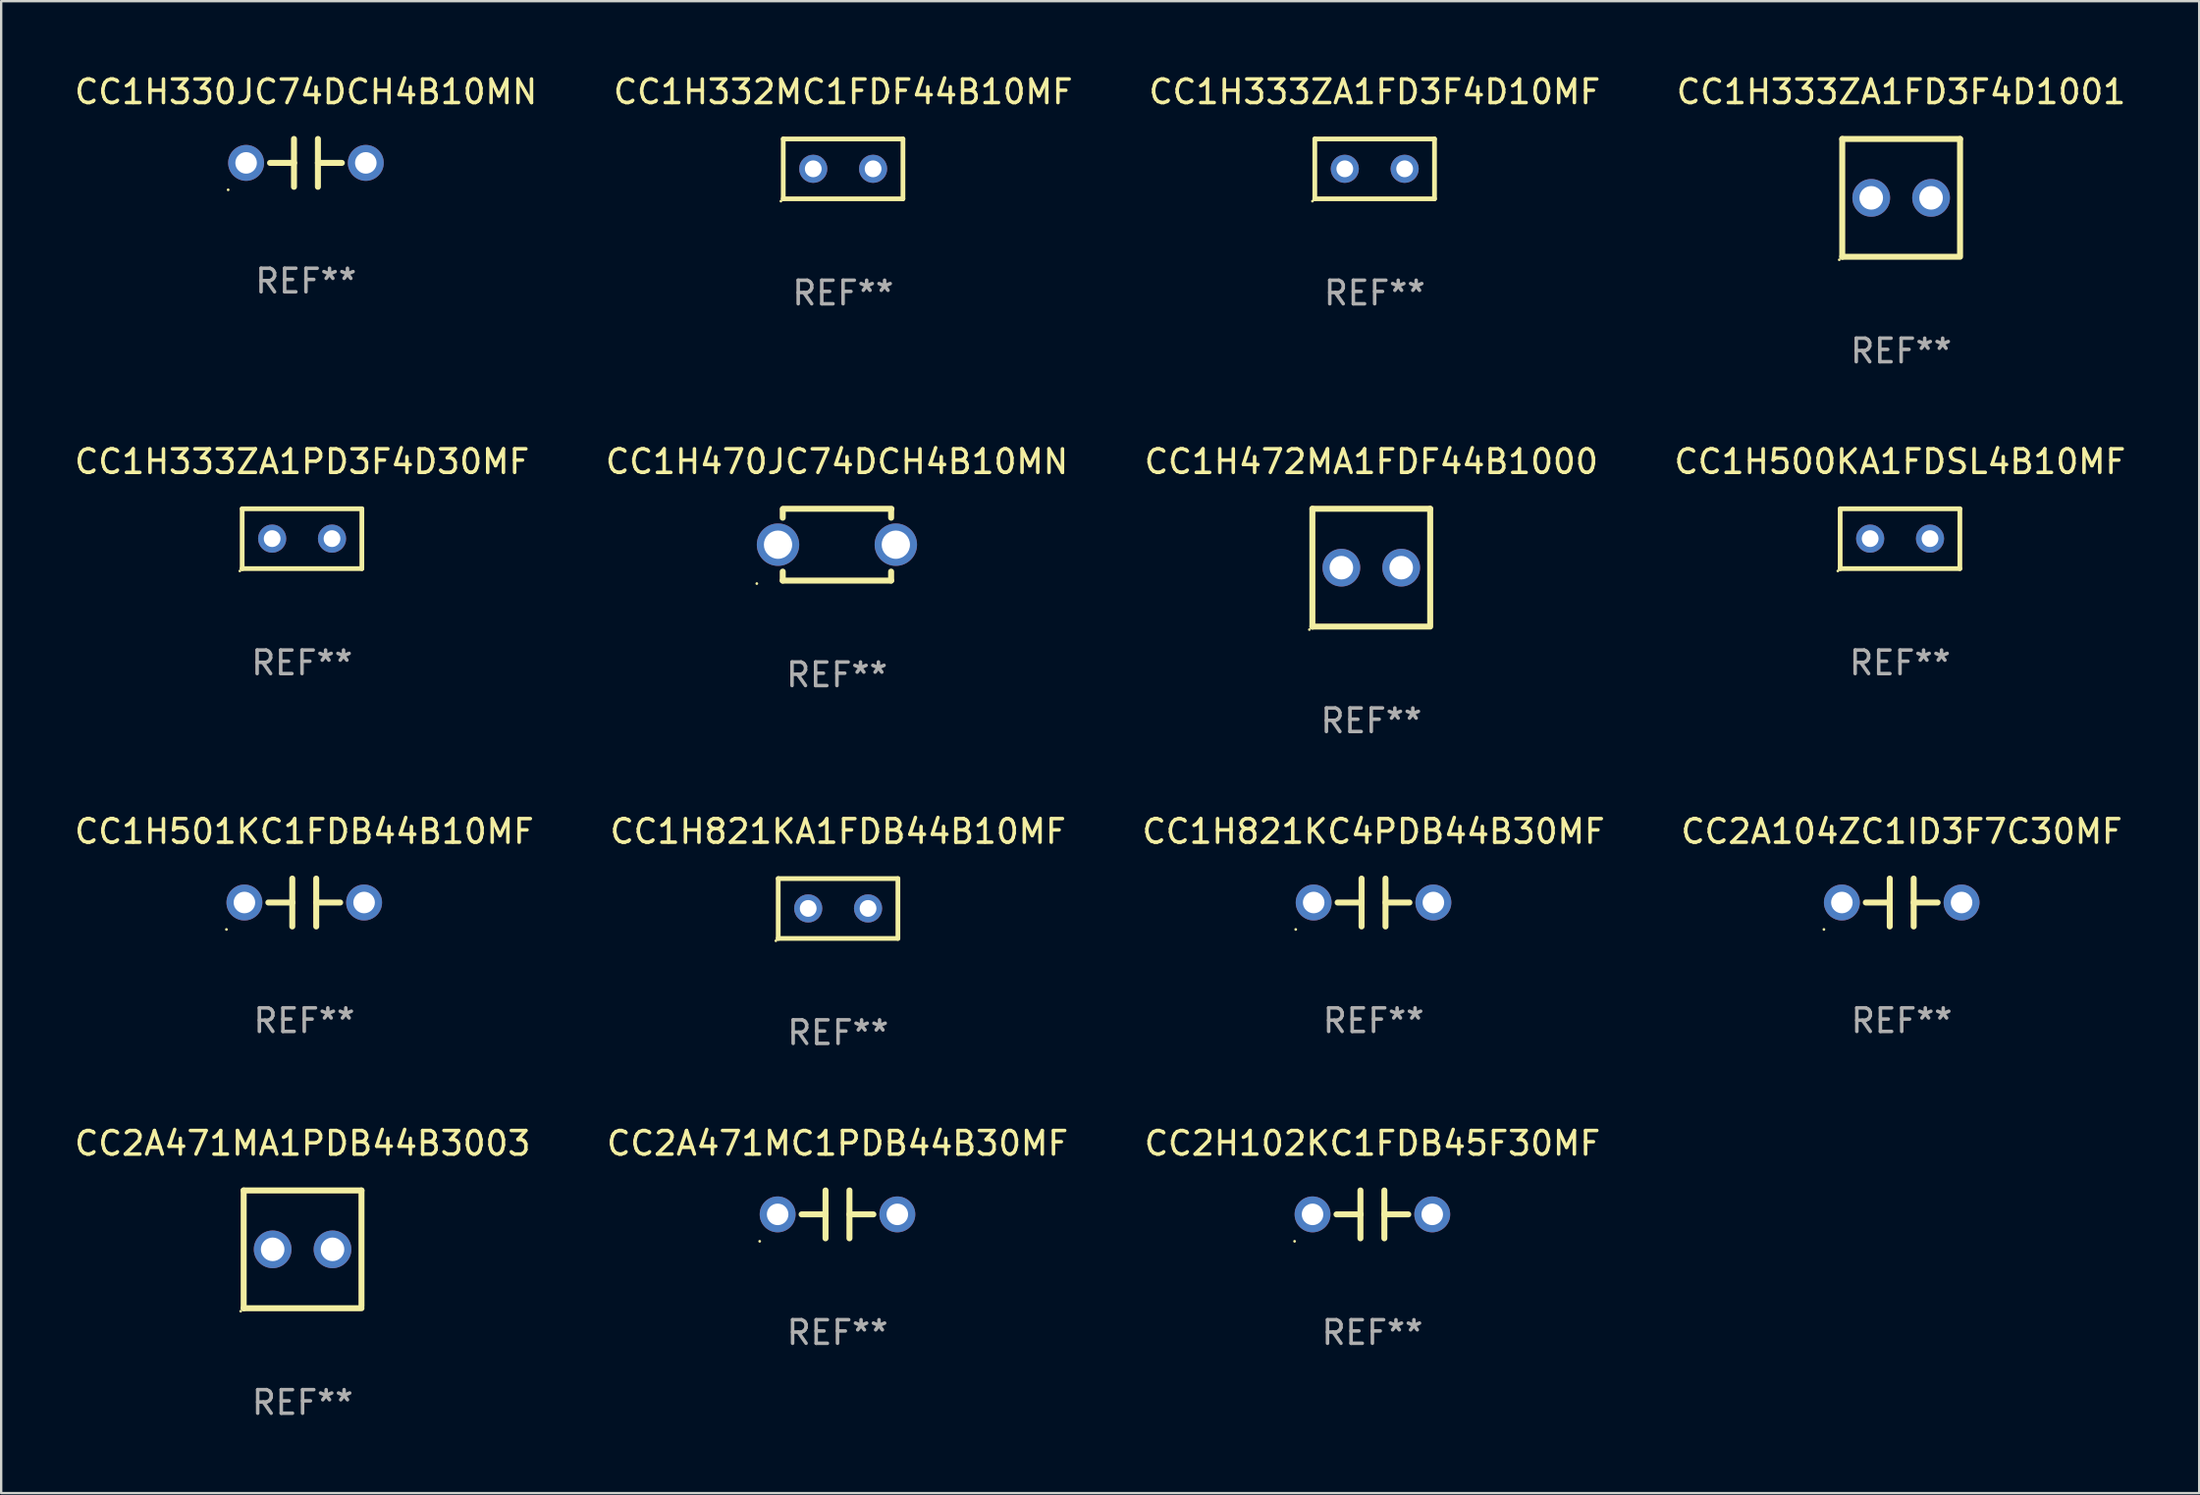
<source format=kicad_pcb>
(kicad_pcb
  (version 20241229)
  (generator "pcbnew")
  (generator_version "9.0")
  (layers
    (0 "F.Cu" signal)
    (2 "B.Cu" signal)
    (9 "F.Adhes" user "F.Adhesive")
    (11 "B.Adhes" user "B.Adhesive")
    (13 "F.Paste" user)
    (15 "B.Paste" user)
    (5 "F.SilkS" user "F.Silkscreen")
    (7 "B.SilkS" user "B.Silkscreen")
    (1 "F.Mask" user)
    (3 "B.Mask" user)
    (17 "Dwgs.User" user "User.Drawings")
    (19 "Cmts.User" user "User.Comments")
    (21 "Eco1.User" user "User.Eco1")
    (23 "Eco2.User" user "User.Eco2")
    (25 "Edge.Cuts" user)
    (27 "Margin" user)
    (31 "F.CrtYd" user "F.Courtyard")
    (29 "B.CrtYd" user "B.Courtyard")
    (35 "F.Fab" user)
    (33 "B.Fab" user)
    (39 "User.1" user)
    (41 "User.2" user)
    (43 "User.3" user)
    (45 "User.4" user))
  (footprint "CC1H821KC4PDB44B30MF"
    (layer "F.Cu")
    (at 55.244 35.257)
    (property "Reference" "CC1H821KC4PDB44B30MF" (at 0 -3.016 0) (layer "F.SilkS") (effects (font (size 1 1) (thickness 0.15))))
    (attr through_hole)
    (fp_line (start -1.524 0) (end -0.508 0) (stroke (width 0.254) (type solid)) (layer "F.SilkS"))
    (fp_line (start -0.508 0) (end -0.508 -1.016) (stroke (width 0.254) (type solid)) (layer "F.SilkS"))
    (fp_line (start -0.508 0) (end -0.508 1.016) (stroke (width 0.254) (type solid)) (layer "F.SilkS"))
    (fp_line (start 0.508 -1.016) (end 0.508 1.016) (stroke (width 0.254) (type solid)) (layer "F.SilkS"))
    (fp_line (start 1.524 0) (end 0.508 0) (stroke (width 0.254) (type solid)) (layer "F.SilkS"))
    (fp_circle (center -3.302 1.143) (end -3.272 1.143) (stroke (width 0.06) (type solid)) (fill no) (layer "F.SilkS"))
    (fp_text user "REF**" (at 0 5.016 0) (layer "F.Fab") (effects (font (size 1 1) (thickness 0.15))))
    (pad "1" thru_hole circle (at -2.54 0) (size 1.524 1.524) (drill 0.914) (layers "*.Cu" "*.Mask"))
    (pad "2" thru_hole circle (at 2.54 0) (size 1.524 1.524) (drill 0.914) (layers "*.Cu" "*.Mask")))
  (footprint "CC2A104ZC1ID3F7C30MF"
    (layer "F.Cu")
    (at 77.661 35.257)
    (property "Reference" "CC2A104ZC1ID3F7C30MF" (at 0 -3.016 0) (layer "F.SilkS") (effects (font (size 1 1) (thickness 0.15))))
    (attr through_hole)
    (fp_line (start -1.524 0) (end -0.508 0) (stroke (width 0.254) (type solid)) (layer "F.SilkS"))
    (fp_line (start -0.508 0) (end -0.508 -1.016) (stroke (width 0.254) (type solid)) (layer "F.SilkS"))
    (fp_line (start -0.508 0) (end -0.508 1.016) (stroke (width 0.254) (type solid)) (layer "F.SilkS"))
    (fp_line (start 0.508 -1.016) (end 0.508 1.016) (stroke (width 0.254) (type solid)) (layer "F.SilkS"))
    (fp_line (start 1.524 0) (end 0.508 0) (stroke (width 0.254) (type solid)) (layer "F.SilkS"))
    (fp_circle (center -3.302 1.143) (end -3.272 1.143) (stroke (width 0.06) (type solid)) (fill no) (layer "F.SilkS"))
    (fp_text user "REF**" (at 0 5.016 0) (layer "F.Fab") (effects (font (size 1 1) (thickness 0.15))))
    (pad "1" thru_hole circle (at -2.54 0) (size 1.524 1.524) (drill 0.914) (layers "*.Cu" "*.Mask"))
    (pad "2" thru_hole circle (at 2.54 0) (size 1.524 1.524) (drill 0.914) (layers "*.Cu" "*.Mask")))
  (footprint "CC1H333ZA1FD3F4D1001"
    (layer "F.Cu")
    (at 77.637 5.348)
    (property "Reference" "CC1H333ZA1FD3F4D1001" (at 0 -4.5 0) (layer "F.SilkS") (effects (font (size 1 1) (thickness 0.15))))
    (attr through_hole)
    (fp_line (start -2.5 -2.5) (end -2.5 2.5) (stroke (width 0.254) (type solid)) (layer "F.SilkS"))
    (fp_line (start -2.5 -2.5) (end 2.5 -2.5) (stroke (width 0.254) (type solid)) (layer "F.SilkS"))
    (fp_line (start -2.5 2.5) (end 2.5 2.5) (stroke (width 0.254) (type solid)) (layer "F.SilkS"))
    (fp_line (start 2.5 -2.5) (end 2.5 2.413) (stroke (width 0.254) (type solid)) (layer "F.SilkS"))
    (fp_circle (center -2.627 2.627) (end -2.597 2.627) (stroke (width 0.06) (type solid)) (fill no) (layer "F.SilkS"))
    (fp_text user "REF**" (at 0 6.5 0) (layer "F.Fab") (effects (font (size 1 1) (thickness 0.15))))
    (pad "1" thru_hole circle (at -1.27 0) (size 1.6 1.6) (drill 1) (layers "*.Cu" "*.Mask"))
    (pad "2" thru_hole circle (at 1.27 0) (size 1.6 1.6) (drill 1) (layers "*.Cu" "*.Mask")))
  (footprint "CC1H333ZA1FD3F4D10MF"
    (layer "F.Cu")
    (at 55.292 4.118)
    (property "Reference" "CC1H333ZA1FD3F4D10MF" (at 0 -3.27 0) (layer "F.SilkS") (effects (font (size 1 1) (thickness 0.15))))
    (attr through_hole)
    (fp_line (start -2.54 -1.27) (end -2.54 1.27) (stroke (width 0.201) (type solid)) (layer "F.SilkS"))
    (fp_line (start -2.54 1.27) (end 2.54 1.27) (stroke (width 0.201) (type solid)) (layer "F.SilkS"))
    (fp_line (start 2.54 -1.27) (end -2.54 -1.27) (stroke (width 0.201) (type solid)) (layer "F.SilkS"))
    (fp_line (start 2.54 1.27) (end 2.54 -1.27) (stroke (width 0.201) (type solid)) (layer "F.SilkS"))
    (fp_circle (center -2.64 1.37) (end -2.61 1.37) (stroke (width 0.06) (type solid)) (fill no) (layer "F.SilkS"))
    (fp_text user "REF**" (at 0 5.27 0) (layer "F.Fab") (effects (font (size 1 1) (thickness 0.15))))
    (pad "1" thru_hole circle (at -1.267 -0.003) (size 1.194 1.194) (drill 0.711) (layers "*.Cu" "*.Mask"))
    (pad "2" thru_hole circle (at 1.273 -0.003) (size 1.194 1.194) (drill 0.711) (layers "*.Cu" "*.Mask")))
  (footprint "CC1H332MC1FDF44B10MF"
    (layer "F.Cu")
    (at 32.732 4.118)
    (property "Reference" "CC1H332MC1FDF44B10MF" (at 0 -3.27 0) (layer "F.SilkS") (effects (font (size 1 1) (thickness 0.15))))
    (attr through_hole)
    (fp_line (start -2.54 -1.27) (end -2.54 1.27) (stroke (width 0.201) (type solid)) (layer "F.SilkS"))
    (fp_line (start -2.54 1.27) (end 2.54 1.27) (stroke (width 0.201) (type solid)) (layer "F.SilkS"))
    (fp_line (start 2.54 -1.27) (end -2.54 -1.27) (stroke (width 0.201) (type solid)) (layer "F.SilkS"))
    (fp_line (start 2.54 1.27) (end 2.54 -1.27) (stroke (width 0.201) (type solid)) (layer "F.SilkS"))
    (fp_circle (center -2.64 1.37) (end -2.61 1.37) (stroke (width 0.06) (type solid)) (fill no) (layer "F.SilkS"))
    (fp_text user "REF**" (at 0 5.27 0) (layer "F.Fab") (effects (font (size 1 1) (thickness 0.15))))
    (pad "1" thru_hole circle (at -1.267 -0.003) (size 1.194 1.194) (drill 0.711) (layers "*.Cu" "*.Mask"))
    (pad "2" thru_hole circle (at 1.273 -0.003) (size 1.194 1.194) (drill 0.711) (layers "*.Cu" "*.Mask")))
  (footprint "CC2A471MC1PDB44B30MF"
    (layer "F.Cu")
    (at 32.494 48.494)
    (property "Reference" "CC2A471MC1PDB44B30MF" (at 0 -3.016 0) (layer "F.SilkS") (effects (font (size 1 1) (thickness 0.15))))
    (attr through_hole)
    (fp_line (start -1.524 0) (end -0.508 0) (stroke (width 0.254) (type solid)) (layer "F.SilkS"))
    (fp_line (start -0.508 0) (end -0.508 -1.016) (stroke (width 0.254) (type solid)) (layer "F.SilkS"))
    (fp_line (start -0.508 0) (end -0.508 1.016) (stroke (width 0.254) (type solid)) (layer "F.SilkS"))
    (fp_line (start 0.508 -1.016) (end 0.508 1.016) (stroke (width 0.254) (type solid)) (layer "F.SilkS"))
    (fp_line (start 1.524 0) (end 0.508 0) (stroke (width 0.254) (type solid)) (layer "F.SilkS"))
    (fp_circle (center -3.302 1.143) (end -3.272 1.143) (stroke (width 0.06) (type solid)) (fill no) (layer "F.SilkS"))
    (fp_text user "REF**" (at 0 5.016 0) (layer "F.Fab") (effects (font (size 1 1) (thickness 0.15))))
    (pad "1" thru_hole circle (at -2.54 0) (size 1.524 1.524) (drill 0.914) (layers "*.Cu" "*.Mask"))
    (pad "2" thru_hole circle (at 2.54 0) (size 1.524 1.524) (drill 0.914) (layers "*.Cu" "*.Mask")))
  (footprint "CC1H330JC74DCH4B10MN"
    (layer "F.Cu")
    (at 9.935 3.864)
    (property "Reference" "CC1H330JC74DCH4B10MN" (at 0 -3.016 0) (layer "F.SilkS") (effects (font (size 1 1) (thickness 0.15))))
    (attr through_hole)
    (fp_line (start -1.524 0) (end -0.508 0) (stroke (width 0.254) (type solid)) (layer "F.SilkS"))
    (fp_line (start -0.508 0) (end -0.508 -1.016) (stroke (width 0.254) (type solid)) (layer "F.SilkS"))
    (fp_line (start -0.508 0) (end -0.508 1.016) (stroke (width 0.254) (type solid)) (layer "F.SilkS"))
    (fp_line (start 0.508 -1.016) (end 0.508 1.016) (stroke (width 0.254) (type solid)) (layer "F.SilkS"))
    (fp_line (start 1.524 0) (end 0.508 0) (stroke (width 0.254) (type solid)) (layer "F.SilkS"))
    (fp_circle (center -3.302 1.143) (end -3.272 1.143) (stroke (width 0.06) (type solid)) (fill no) (layer "F.SilkS"))
    (fp_text user "REF**" (at 0 5.016 0) (layer "F.Fab") (effects (font (size 1 1) (thickness 0.15))))
    (pad "1" thru_hole circle (at -2.54 0) (size 1.524 1.524) (drill 0.914) (layers "*.Cu" "*.Mask"))
    (pad "2" thru_hole circle (at 2.54 0) (size 1.524 1.524) (drill 0.914) (layers "*.Cu" "*.Mask")))
  (footprint "CC1H501KC1FDB44B10MF"
    (layer "F.Cu")
    (at 9.863 35.257)
    (property "Reference" "CC1H501KC1FDB44B10MF" (at 0 -3.016 0) (layer "F.SilkS") (effects (font (size 1 1) (thickness 0.15))))
    (attr through_hole)
    (fp_line (start -1.524 0) (end -0.508 0) (stroke (width 0.254) (type solid)) (layer "F.SilkS"))
    (fp_line (start -0.508 0) (end -0.508 -1.016) (stroke (width 0.254) (type solid)) (layer "F.SilkS"))
    (fp_line (start -0.508 0) (end -0.508 1.016) (stroke (width 0.254) (type solid)) (layer "F.SilkS"))
    (fp_line (start 0.508 -1.016) (end 0.508 1.016) (stroke (width 0.254) (type solid)) (layer "F.SilkS"))
    (fp_line (start 1.524 0) (end 0.508 0) (stroke (width 0.254) (type solid)) (layer "F.SilkS"))
    (fp_circle (center -3.302 1.143) (end -3.272 1.143) (stroke (width 0.06) (type solid)) (fill no) (layer "F.SilkS"))
    (fp_text user "REF**" (at 0 5.016 0) (layer "F.Fab") (effects (font (size 1 1) (thickness 0.15))))
    (pad "1" thru_hole circle (at -2.54 0) (size 1.524 1.524) (drill 0.914) (layers "*.Cu" "*.Mask"))
    (pad "2" thru_hole circle (at 2.54 0) (size 1.524 1.524) (drill 0.914) (layers "*.Cu" "*.Mask")))
  (footprint "CC1H472MA1FDF44B1000"
    (layer "F.Cu")
    (at 55.149 21.045)
    (property "Reference" "CC1H472MA1FDF44B1000" (at 0 -4.5 0) (layer "F.SilkS") (effects (font (size 1 1) (thickness 0.15))))
    (attr through_hole)
    (fp_line (start -2.5 -2.5) (end -2.5 2.5) (stroke (width 0.254) (type solid)) (layer "F.SilkS"))
    (fp_line (start -2.5 -2.5) (end 2.5 -2.5) (stroke (width 0.254) (type solid)) (layer "F.SilkS"))
    (fp_line (start -2.5 2.5) (end 2.5 2.5) (stroke (width 0.254) (type solid)) (layer "F.SilkS"))
    (fp_line (start 2.5 -2.5) (end 2.5 2.413) (stroke (width 0.254) (type solid)) (layer "F.SilkS"))
    (fp_circle (center -2.627 2.627) (end -2.597 2.627) (stroke (width 0.06) (type solid)) (fill no) (layer "F.SilkS"))
    (fp_text user "REF**" (at 0 6.5 0) (layer "F.Fab") (effects (font (size 1 1) (thickness 0.15))))
    (pad "1" thru_hole circle (at -1.27 0) (size 1.6 1.6) (drill 1) (layers "*.Cu" "*.Mask"))
    (pad "2" thru_hole circle (at 1.27 0) (size 1.6 1.6) (drill 1) (layers "*.Cu" "*.Mask")))
  (footprint "CC1H500KA1FDSL4B10MF"
    (layer "F.Cu")
    (at 77.589 19.815)
    (property "Reference" "CC1H500KA1FDSL4B10MF" (at 0 -3.27 0) (layer "F.SilkS") (effects (font (size 1 1) (thickness 0.15))))
    (attr through_hole)
    (fp_line (start -2.54 -1.27) (end -2.54 1.27) (stroke (width 0.201) (type solid)) (layer "F.SilkS"))
    (fp_line (start -2.54 1.27) (end 2.54 1.27) (stroke (width 0.201) (type solid)) (layer "F.SilkS"))
    (fp_line (start 2.54 -1.27) (end -2.54 -1.27) (stroke (width 0.201) (type solid)) (layer "F.SilkS"))
    (fp_line (start 2.54 1.27) (end 2.54 -1.27) (stroke (width 0.201) (type solid)) (layer "F.SilkS"))
    (fp_circle (center -2.64 1.37) (end -2.61 1.37) (stroke (width 0.06) (type solid)) (fill no) (layer "F.SilkS"))
    (fp_text user "REF**" (at 0 5.27 0) (layer "F.Fab") (effects (font (size 1 1) (thickness 0.15))))
    (pad "1" thru_hole circle (at -1.267 -0.003) (size 1.194 1.194) (drill 0.711) (layers "*.Cu" "*.Mask"))
    (pad "2" thru_hole circle (at 1.273 -0.003) (size 1.194 1.194) (drill 0.711) (layers "*.Cu" "*.Mask")))
  (footprint "CC2A471MA1PDB44B3003"
    (layer "F.Cu")
    (at 9.792 49.978)
    (property "Reference" "CC2A471MA1PDB44B3003" (at 0 -4.5 0) (layer "F.SilkS") (effects (font (size 1 1) (thickness 0.15))))
    (attr through_hole)
    (fp_line (start -2.5 -2.5) (end -2.5 2.5) (stroke (width 0.254) (type solid)) (layer "F.SilkS"))
    (fp_line (start -2.5 -2.5) (end 2.5 -2.5) (stroke (width 0.254) (type solid)) (layer "F.SilkS"))
    (fp_line (start -2.5 2.5) (end 2.5 2.5) (stroke (width 0.254) (type solid)) (layer "F.SilkS"))
    (fp_line (start 2.5 -2.5) (end 2.5 2.413) (stroke (width 0.254) (type solid)) (layer "F.SilkS"))
    (fp_circle (center -2.627 2.627) (end -2.597 2.627) (stroke (width 0.06) (type solid)) (fill no) (layer "F.SilkS"))
    (fp_text user "REF**" (at 0 6.5 0) (layer "F.Fab") (effects (font (size 1 1) (thickness 0.15))))
    (pad "1" thru_hole circle (at -1.27 0) (size 1.6 1.6) (drill 1) (layers "*.Cu" "*.Mask"))
    (pad "2" thru_hole circle (at 1.27 0) (size 1.6 1.6) (drill 1) (layers "*.Cu" "*.Mask")))
  (footprint "CC1H333ZA1PD3F4D30MF"
    (layer "F.Cu")
    (at 9.768 19.815)
    (property "Reference" "CC1H333ZA1PD3F4D30MF" (at 0 -3.27 0) (layer "F.SilkS") (effects (font (size 1 1) (thickness 0.15))))
    (attr through_hole)
    (fp_line (start -2.54 -1.27) (end -2.54 1.27) (stroke (width 0.201) (type solid)) (layer "F.SilkS"))
    (fp_line (start -2.54 1.27) (end 2.54 1.27) (stroke (width 0.201) (type solid)) (layer "F.SilkS"))
    (fp_line (start 2.54 -1.27) (end -2.54 -1.27) (stroke (width 0.201) (type solid)) (layer "F.SilkS"))
    (fp_line (start 2.54 1.27) (end 2.54 -1.27) (stroke (width 0.201) (type solid)) (layer "F.SilkS"))
    (fp_circle (center -2.64 1.37) (end -2.61 1.37) (stroke (width 0.06) (type solid)) (fill no) (layer "F.SilkS"))
    (fp_text user "REF**" (at 0 5.27 0) (layer "F.Fab") (effects (font (size 1 1) (thickness 0.15))))
    (pad "1" thru_hole circle (at -1.267 -0.003) (size 1.194 1.194) (drill 0.711) (layers "*.Cu" "*.Mask"))
    (pad "2" thru_hole circle (at 1.273 -0.003) (size 1.194 1.194) (drill 0.711) (layers "*.Cu" "*.Mask")))
  (footprint "CC1H821KA1FDB44B10MF"
    (layer "F.Cu")
    (at 32.518 35.511)
    (property "Reference" "CC1H821KA1FDB44B10MF" (at 0 -3.27 0) (layer "F.SilkS") (effects (font (size 1 1) (thickness 0.15))))
    (attr through_hole)
    (fp_line (start -2.54 -1.27) (end -2.54 1.27) (stroke (width 0.201) (type solid)) (layer "F.SilkS"))
    (fp_line (start -2.54 1.27) (end 2.54 1.27) (stroke (width 0.201) (type solid)) (layer "F.SilkS"))
    (fp_line (start 2.54 -1.27) (end -2.54 -1.27) (stroke (width 0.201) (type solid)) (layer "F.SilkS"))
    (fp_line (start 2.54 1.27) (end 2.54 -1.27) (stroke (width 0.201) (type solid)) (layer "F.SilkS"))
    (fp_circle (center -2.64 1.37) (end -2.61 1.37) (stroke (width 0.06) (type solid)) (fill no) (layer "F.SilkS"))
    (fp_text user "REF**" (at 0 5.27 0) (layer "F.Fab") (effects (font (size 1 1) (thickness 0.15))))
    (pad "1" thru_hole circle (at -1.267 -0.003) (size 1.194 1.194) (drill 0.711) (layers "*.Cu" "*.Mask"))
    (pad "2" thru_hole circle (at 1.273 -0.003) (size 1.194 1.194) (drill 0.711) (layers "*.Cu" "*.Mask")))
  (footprint "CC2H102KC1FDB45F30MF"
    (layer "F.Cu")
    (at 55.196 48.494)
    (property "Reference" "CC2H102KC1FDB45F30MF" (at 0 -3.016 0) (layer "F.SilkS") (effects (font (size 1 1) (thickness 0.15))))
    (attr through_hole)
    (fp_line (start -1.524 0) (end -0.508 0) (stroke (width 0.254) (type solid)) (layer "F.SilkS"))
    (fp_line (start -0.508 0) (end -0.508 -1.016) (stroke (width 0.254) (type solid)) (layer "F.SilkS"))
    (fp_line (start -0.508 0) (end -0.508 1.016) (stroke (width 0.254) (type solid)) (layer "F.SilkS"))
    (fp_line (start 0.508 -1.016) (end 0.508 1.016) (stroke (width 0.254) (type solid)) (layer "F.SilkS"))
    (fp_line (start 1.524 0) (end 0.508 0) (stroke (width 0.254) (type solid)) (layer "F.SilkS"))
    (fp_circle (center -3.302 1.143) (end -3.272 1.143) (stroke (width 0.06) (type solid)) (fill no) (layer "F.SilkS"))
    (fp_text user "REF**" (at 0 5.016 0) (layer "F.Fab") (effects (font (size 1 1) (thickness 0.15))))
    (pad "1" thru_hole circle (at -2.54 0) (size 1.524 1.524) (drill 0.914) (layers "*.Cu" "*.Mask"))
    (pad "2" thru_hole circle (at 2.54 0) (size 1.524 1.524) (drill 0.914) (layers "*.Cu" "*.Mask")))
  (footprint "CC1H470JC74DCH4B10MN"
    (layer "F.Cu")
    (at 32.47 20.069)
    (property "Reference" "CC1H470JC74DCH4B10MN" (at 0 -3.524 0) (layer "F.SilkS") (effects (font (size 1 1) (thickness 0.15))))
    (attr through_hole)
    (fp_line (start -2.3 -1.5) (end -2.3 -1.143) (stroke (width 0.254) (type solid)) (layer "F.SilkS"))
    (fp_line (start -2.3 1.524) (end -2.3 1.143) (stroke (width 0.254) (type solid)) (layer "F.SilkS"))
    (fp_line (start -2.286 -1.524) (end 2.314 -1.524) (stroke (width 0.254) (type solid)) (layer "F.SilkS"))
    (fp_line (start 2.3 -1.5) (end 2.3 -1.143) (stroke (width 0.254) (type solid)) (layer "F.SilkS"))
    (fp_line (start 2.3 1.524) (end -2.3 1.524) (stroke (width 0.254) (type solid)) (layer "F.SilkS"))
    (fp_line (start 2.3 1.524) (end 2.3 1.143) (stroke (width 0.254) (type solid)) (layer "F.SilkS"))
    (fp_circle (center -3.4 1.651) (end -3.37 1.651) (stroke (width 0.06) (type solid)) (fill no) (layer "F.SilkS"))
    (fp_text user "REF**" (at 0 5.524 0) (layer "F.Fab") (effects (font (size 1 1) (thickness 0.15))))
    (pad "1" thru_hole circle (at -2.5 0) (size 1.8 1.8) (drill 1.2) (layers "*.Cu" "*.Mask"))
    (pad "2" thru_hole circle (at 2.5 0) (size 1.8 1.8) (drill 1.2) (layers "*.Cu" "*.Mask")))
  (gr_rect
    (start -3 -3)
    (end 90.286 60.326)
    (stroke (width 0.1) (type default))
    (fill no)
    (layer "Edge.Cuts")))
</source>
